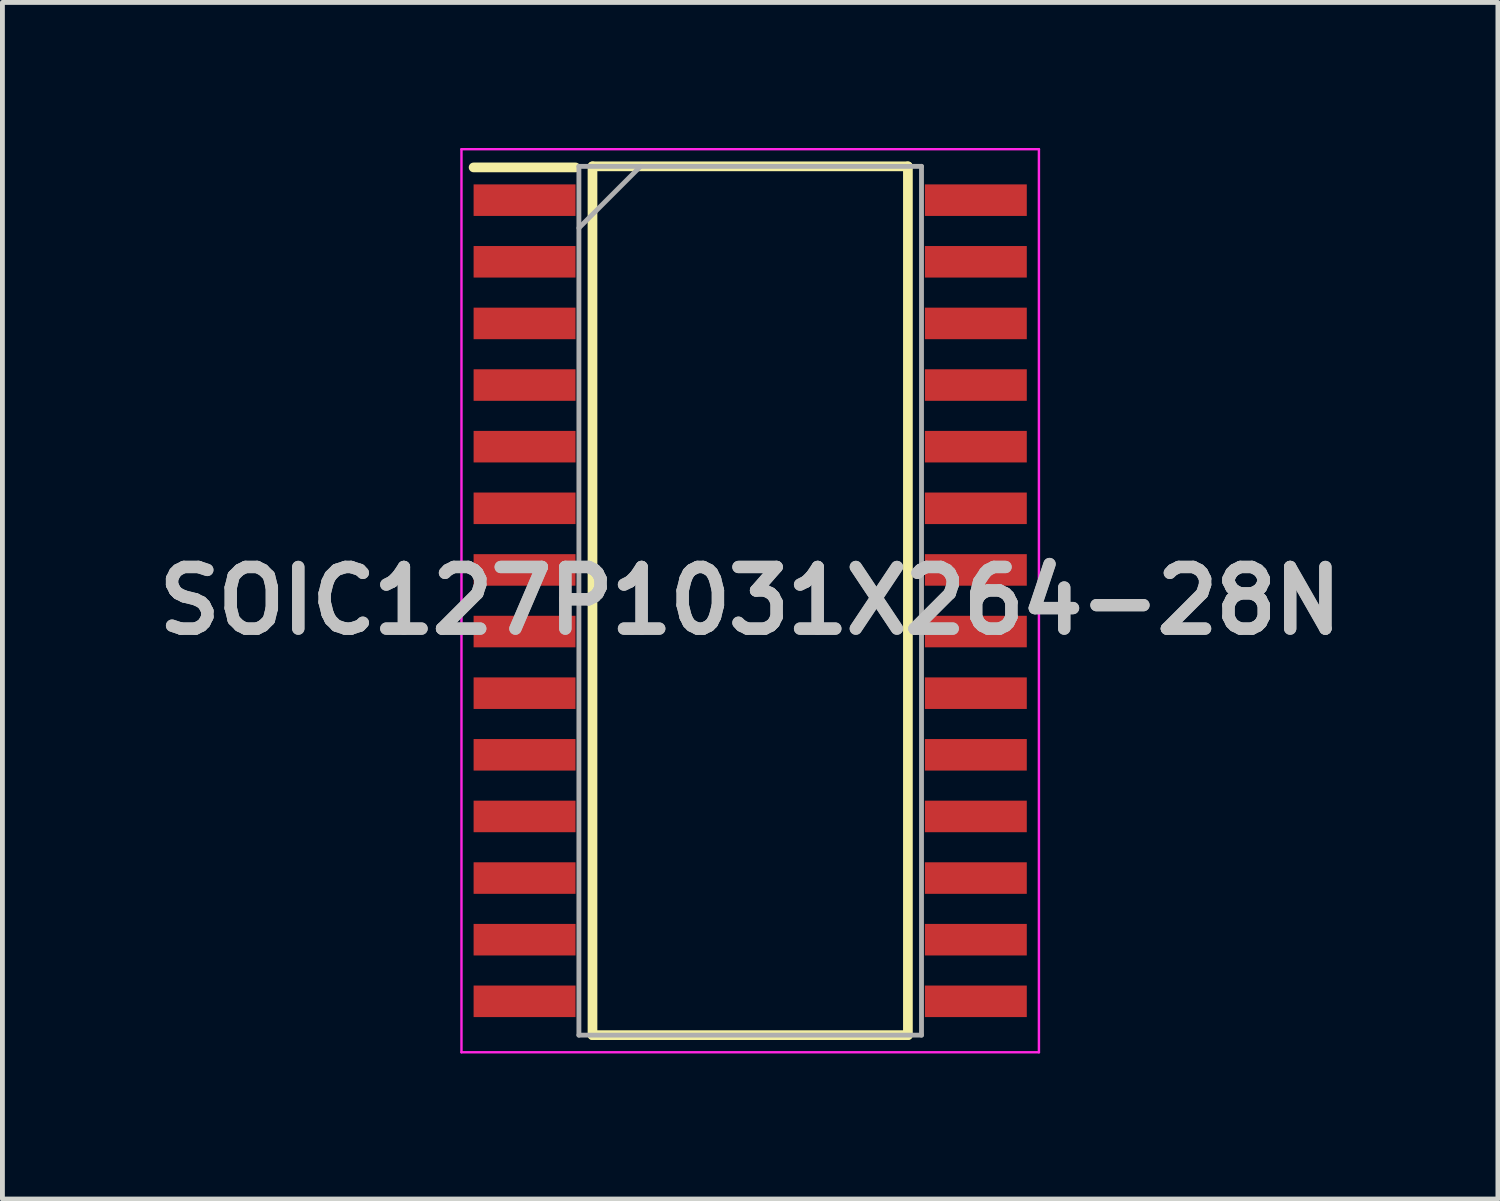
<source format=kicad_pcb>
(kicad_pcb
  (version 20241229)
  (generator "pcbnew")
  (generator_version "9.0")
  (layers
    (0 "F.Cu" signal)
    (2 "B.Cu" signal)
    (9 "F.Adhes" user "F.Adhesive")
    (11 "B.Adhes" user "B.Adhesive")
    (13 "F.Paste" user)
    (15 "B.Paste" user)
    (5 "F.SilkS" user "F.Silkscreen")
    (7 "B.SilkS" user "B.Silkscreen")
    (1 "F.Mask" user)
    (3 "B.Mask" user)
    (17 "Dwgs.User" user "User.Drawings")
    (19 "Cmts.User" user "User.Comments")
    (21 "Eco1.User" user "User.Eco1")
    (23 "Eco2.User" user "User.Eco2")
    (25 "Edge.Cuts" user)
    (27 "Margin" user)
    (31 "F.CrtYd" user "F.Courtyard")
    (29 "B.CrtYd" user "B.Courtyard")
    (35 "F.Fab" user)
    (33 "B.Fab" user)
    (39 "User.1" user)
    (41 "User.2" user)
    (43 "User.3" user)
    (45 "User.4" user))
  (footprint "SOIC127P1031X264-28N"
    (layer "F.Cu")
    (at 12.41 9.33)
    (property "Reference" "SOIC127P1031X264-28N" (at 0 0 180) (layer "Dwgs.User") (effects (font (size 1.27 1.27) (thickness 0.254))))
    (attr smd)
    (fp_line (start -5.7 -8.93) (end -3.6 -8.93) (stroke (width 0.2) (type solid)) (layer "F.SilkS"))
    (fp_line (start -3.25 -8.952) (end 3.25 -8.952) (stroke (width 0.2) (type solid)) (layer "F.SilkS"))
    (fp_line (start -3.25 8.952) (end -3.25 -8.952) (stroke (width 0.2) (type solid)) (layer "F.SilkS"))
    (fp_line (start 3.25 -8.952) (end 3.25 8.952) (stroke (width 0.2) (type solid)) (layer "F.SilkS"))
    (fp_line (start 3.25 8.952) (end -3.25 8.952) (stroke (width 0.2) (type solid)) (layer "F.SilkS"))
    (fp_line (start -5.95 -9.305) (end 5.95 -9.305) (stroke (width 0.05) (type solid)) (layer "F.CrtYd"))
    (fp_line (start -5.95 9.305) (end -5.95 -9.305) (stroke (width 0.05) (type solid)) (layer "F.CrtYd"))
    (fp_line (start 5.95 -9.305) (end 5.95 9.305) (stroke (width 0.05) (type solid)) (layer "F.CrtYd"))
    (fp_line (start 5.95 9.305) (end -5.95 9.305) (stroke (width 0.05) (type solid)) (layer "F.CrtYd"))
    (fp_line (start -3.53 -8.952) (end 3.53 -8.952) (stroke (width 0.1) (type solid)) (layer "F.Fab"))
    (fp_line (start -3.53 -7.682) (end -2.26 -8.952) (stroke (width 0.1) (type solid)) (layer "F.Fab"))
    (fp_line (start -3.53 8.952) (end -3.53 -8.952) (stroke (width 0.1) (type solid)) (layer "F.Fab"))
    (fp_line (start 3.53 -8.952) (end 3.53 8.952) (stroke (width 0.1) (type solid)) (layer "F.Fab"))
    (fp_line (start 3.53 8.952) (end -3.53 8.952) (stroke (width 0.1) (type solid)) (layer "F.Fab"))
    (fp_text user "${REFERENCE}" (at 0 0 180) (layer "Dwgs.User") (effects (font (size 1.27 1.27) (thickness 0.254))))
    (pad "1" smd rect (at -4.65 -8.255 90) (size 0.65 2.1) (layers "F.Cu" "F.Mask" "F.Paste"))
    (pad "2" smd rect (at -4.65 -6.985 90) (size 0.65 2.1) (layers "F.Cu" "F.Mask" "F.Paste"))
    (pad "3" smd rect (at -4.65 -5.715 90) (size 0.65 2.1) (layers "F.Cu" "F.Mask" "F.Paste"))
    (pad "4" smd rect (at -4.65 -4.445 90) (size 0.65 2.1) (layers "F.Cu" "F.Mask" "F.Paste"))
    (pad "5" smd rect (at -4.65 -3.175 90) (size 0.65 2.1) (layers "F.Cu" "F.Mask" "F.Paste"))
    (pad "6" smd rect (at -4.65 -1.905 90) (size 0.65 2.1) (layers "F.Cu" "F.Mask" "F.Paste"))
    (pad "7" smd rect (at -4.65 -0.635 90) (size 0.65 2.1) (layers "F.Cu" "F.Mask" "F.Paste"))
    (pad "8" smd rect (at -4.65 0.635 90) (size 0.65 2.1) (layers "F.Cu" "F.Mask" "F.Paste"))
    (pad "9" smd rect (at -4.65 1.905 90) (size 0.65 2.1) (layers "F.Cu" "F.Mask" "F.Paste"))
    (pad "10" smd rect (at -4.65 3.175 90) (size 0.65 2.1) (layers "F.Cu" "F.Mask" "F.Paste"))
    (pad "11" smd rect (at -4.65 4.445 90) (size 0.65 2.1) (layers "F.Cu" "F.Mask" "F.Paste"))
    (pad "12" smd rect (at -4.65 5.715 90) (size 0.65 2.1) (layers "F.Cu" "F.Mask" "F.Paste"))
    (pad "13" smd rect (at -4.65 6.985 90) (size 0.65 2.1) (layers "F.Cu" "F.Mask" "F.Paste"))
    (pad "14" smd rect (at -4.65 8.255 90) (size 0.65 2.1) (layers "F.Cu" "F.Mask" "F.Paste"))
    (pad "15" smd rect (at 4.65 8.255 90) (size 0.65 2.1) (layers "F.Cu" "F.Mask" "F.Paste"))
    (pad "16" smd rect (at 4.65 6.985 90) (size 0.65 2.1) (layers "F.Cu" "F.Mask" "F.Paste"))
    (pad "17" smd rect (at 4.65 5.715 90) (size 0.65 2.1) (layers "F.Cu" "F.Mask" "F.Paste"))
    (pad "18" smd rect (at 4.65 4.445 90) (size 0.65 2.1) (layers "F.Cu" "F.Mask" "F.Paste"))
    (pad "19" smd rect (at 4.65 3.175 90) (size 0.65 2.1) (layers "F.Cu" "F.Mask" "F.Paste"))
    (pad "20" smd rect (at 4.65 1.905 90) (size 0.65 2.1) (layers "F.Cu" "F.Mask" "F.Paste"))
    (pad "21" smd rect (at 4.65 0.635 90) (size 0.65 2.1) (layers "F.Cu" "F.Mask" "F.Paste"))
    (pad "22" smd rect (at 4.65 -0.635 90) (size 0.65 2.1) (layers "F.Cu" "F.Mask" "F.Paste"))
    (pad "23" smd rect (at 4.65 -1.905 90) (size 0.65 2.1) (layers "F.Cu" "F.Mask" "F.Paste"))
    (pad "24" smd rect (at 4.65 -3.175 90) (size 0.65 2.1) (layers "F.Cu" "F.Mask" "F.Paste"))
    (pad "25" smd rect (at 4.65 -4.445 90) (size 0.65 2.1) (layers "F.Cu" "F.Mask" "F.Paste"))
    (pad "26" smd rect (at 4.65 -5.715 90) (size 0.65 2.1) (layers "F.Cu" "F.Mask" "F.Paste"))
    (pad "27" smd rect (at 4.65 -6.985 90) (size 0.65 2.1) (layers "F.Cu" "F.Mask" "F.Paste"))
    (pad "28" smd rect (at 4.65 -8.255 90) (size 0.65 2.1) (layers "F.Cu" "F.Mask" "F.Paste")))
  (gr_rect
    (start -3 -3)
    (end 27.819 21.66)
    (stroke (width 0.1) (type default))
    (fill no)
    (layer "Edge.Cuts")))
</source>
